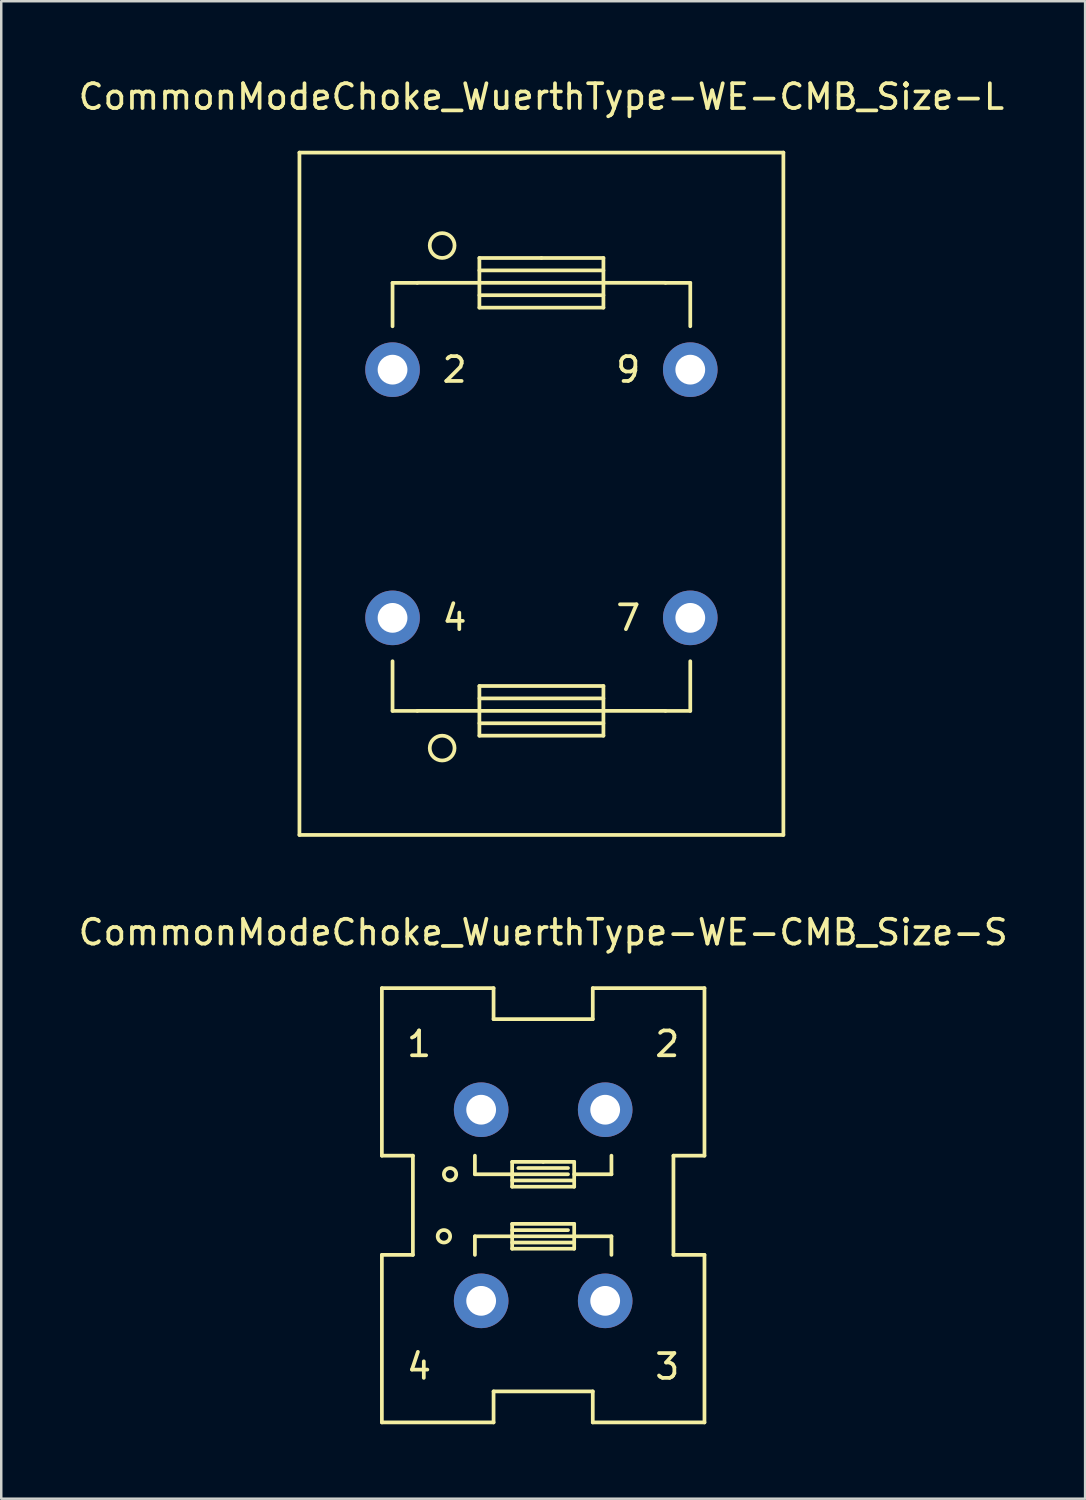
<source format=kicad_pcb>
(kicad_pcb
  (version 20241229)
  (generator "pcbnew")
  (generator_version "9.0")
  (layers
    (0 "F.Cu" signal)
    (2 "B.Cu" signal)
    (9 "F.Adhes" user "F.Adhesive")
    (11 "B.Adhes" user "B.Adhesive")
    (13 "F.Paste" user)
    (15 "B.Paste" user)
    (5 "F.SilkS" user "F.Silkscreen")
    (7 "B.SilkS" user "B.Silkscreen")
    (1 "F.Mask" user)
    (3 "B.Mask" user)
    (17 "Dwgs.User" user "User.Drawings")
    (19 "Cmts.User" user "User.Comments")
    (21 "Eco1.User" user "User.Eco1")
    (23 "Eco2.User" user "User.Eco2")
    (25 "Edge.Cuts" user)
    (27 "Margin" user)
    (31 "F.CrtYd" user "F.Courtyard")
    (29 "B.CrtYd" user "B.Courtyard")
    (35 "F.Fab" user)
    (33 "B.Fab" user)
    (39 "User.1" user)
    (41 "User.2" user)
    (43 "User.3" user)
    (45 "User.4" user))
  (footprint "CommonModeChoke_WuerthType-WE-CMB_Size-L"
    (layer "F.Cu")
    (at 18.768 16.848)
    (property "Reference" "CommonModeChoke_WuerthType-WE-CMB_Size-L" (at 0 -15.999 0) (layer "F.SilkS") (effects (font (size 1 1) (thickness 0.15))))
    (attr through_hole)
    (fp_line (start -9.751 -13.749) (end -9.751 13.749) (stroke (width 0.15) (type solid)) (layer "F.SilkS"))
    (fp_line (start -5.999 -8.499) (end -5.999 -6.749) (stroke (width 0.15) (type solid)) (layer "F.SilkS"))
    (fp_line (start -5.999 8.75) (end -5.999 6.749) (stroke (width 0.15) (type solid)) (layer "F.SilkS"))
    (fp_line (start -5.001 -8.499) (end -5.999 -8.499) (stroke (width 0.15) (type solid)) (layer "F.SilkS"))
    (fp_line (start -5.001 8.748) (end -2.499 8.748) (stroke (width 0.15) (type solid)) (layer "F.SilkS"))
    (fp_line (start -5.001 8.75) (end -5.999 8.75) (stroke (width 0.15) (type solid)) (layer "F.SilkS"))
    (fp_line (start -2.499 -9.502) (end 0 -9.502) (stroke (width 0.15) (type solid)) (layer "F.SilkS"))
    (fp_line (start -2.499 -8.501) (end -5.001 -8.501) (stroke (width 0.15) (type solid)) (layer "F.SilkS"))
    (fp_line (start -2.499 -8.501) (end 2.499 -8.501) (stroke (width 0.15) (type solid)) (layer "F.SilkS"))
    (fp_line (start -2.499 -8.001) (end 2.499 -8.001) (stroke (width 0.15) (type solid)) (layer "F.SilkS"))
    (fp_line (start -2.499 -7.501) (end -2.499 -9.502) (stroke (width 0.15) (type solid)) (layer "F.SilkS"))
    (fp_line (start -2.499 7.747) (end 2.499 7.747) (stroke (width 0.15) (type solid)) (layer "F.SilkS"))
    (fp_line (start -2.499 9.248) (end 2.499 9.248) (stroke (width 0.15) (type solid)) (layer "F.SilkS"))
    (fp_line (start -2.499 9.749) (end -2.499 7.747) (stroke (width 0.15) (type solid)) (layer "F.SilkS"))
    (fp_line (start 0 -9.502) (end 2.499 -9.502) (stroke (width 0.15) (type solid)) (layer "F.SilkS"))
    (fp_line (start 2.499 -9.502) (end 2.499 -7.501) (stroke (width 0.15) (type solid)) (layer "F.SilkS"))
    (fp_line (start 2.499 -9.002) (end -2.499 -9.002) (stroke (width 0.15) (type solid)) (layer "F.SilkS"))
    (fp_line (start 2.499 -8.501) (end 5.001 -8.501) (stroke (width 0.15) (type solid)) (layer "F.SilkS"))
    (fp_line (start 2.499 -7.501) (end -2.499 -7.501) (stroke (width 0.15) (type solid)) (layer "F.SilkS"))
    (fp_line (start 2.499 7.747) (end 2.499 9.749) (stroke (width 0.15) (type solid)) (layer "F.SilkS"))
    (fp_line (start 2.499 8.247) (end -2.499 8.247) (stroke (width 0.15) (type solid)) (layer "F.SilkS"))
    (fp_line (start 2.499 8.748) (end -2.499 8.748) (stroke (width 0.15) (type solid)) (layer "F.SilkS"))
    (fp_line (start 2.499 9.749) (end -2.499 9.749) (stroke (width 0.15) (type solid)) (layer "F.SilkS"))
    (fp_line (start 5.001 -8.499) (end 5.999 -8.499) (stroke (width 0.15) (type solid)) (layer "F.SilkS"))
    (fp_line (start 5.001 8.748) (end 2.499 8.748) (stroke (width 0.15) (type solid)) (layer "F.SilkS"))
    (fp_line (start 5.001 8.75) (end 5.999 8.75) (stroke (width 0.15) (type solid)) (layer "F.SilkS"))
    (fp_line (start 5.999 -8.499) (end 5.999 -6.749) (stroke (width 0.15) (type solid)) (layer "F.SilkS"))
    (fp_line (start 5.999 8.75) (end 5.999 6.749) (stroke (width 0.15) (type solid)) (layer "F.SilkS"))
    (fp_line (start 9.751 -13.749) (end -9.751 -13.749) (stroke (width 0.15) (type solid)) (layer "F.SilkS"))
    (fp_line (start 9.751 -13.749) (end 9.751 13.749) (stroke (width 0.15) (type solid)) (layer "F.SilkS"))
    (fp_line (start 9.751 13.749) (end -9.751 13.749) (stroke (width 0.15) (type solid)) (layer "F.SilkS"))
    (fp_circle (center -4 -10.003) (end -3.5 -10.003) (stroke (width 0.15) (type solid)) (fill no) (layer "F.SilkS"))
    (fp_circle (center -4 10.249) (end -3.5 10.249) (stroke (width 0.15) (type solid)) (fill no) (layer "F.SilkS"))
    (fp_text user "9" (at 3.5 -5.001 0) (layer "F.SilkS") (effects (font (size 1 1) (thickness 0.15))))
    (fp_text user "2" (at -3.5 -5.001 0) (layer "F.SilkS") (effects (font (size 1 1) (thickness 0.15))))
    (fp_text user "7" (at 3.5 5.001 0) (layer "F.SilkS") (effects (font (size 1 1) (thickness 0.15))))
    (fp_text user "4" (at -3.5 5.001 0) (layer "F.SilkS") (effects (font (size 1 1) (thickness 0.15))))
    (pad "2" thru_hole circle (at -5.999 -5.001) (size 2.2 2.2) (drill 1.199) (layers "*.Cu" "*.Mask"))
    (pad "4" thru_hole circle (at -5.999 5.001) (size 2.2 2.2) (drill 1.199) (layers "*.Cu" "*.Mask"))
    (pad "7" thru_hole circle (at 5.999 5.001) (size 2.2 2.2) (drill 1.199) (layers "*.Cu" "*.Mask"))
    (pad "9" thru_hole circle (at 5.999 -5.001) (size 2.2 2.2) (drill 1.199) (layers "*.Cu" "*.Mask")))
  (footprint "CommonModeChoke_WuerthType-WE-CMB_Size-S"
    (layer "F.Cu")
    (at 18.839 45.521)
    (property "Reference" "CommonModeChoke_WuerthType-WE-CMB_Size-S" (at 0 -11.001 0) (layer "F.SilkS") (effects (font (size 1 1) (thickness 0.15))))
    (attr through_hole)
    (fp_line (start -6.5 -8.75) (end -6.5 -1.999) (stroke (width 0.15) (type solid)) (layer "F.SilkS"))
    (fp_line (start -6.5 -1.999) (end -5.25 -1.999) (stroke (width 0.15) (type solid)) (layer "F.SilkS"))
    (fp_line (start -6.5 1.999) (end -6.5 8.75) (stroke (width 0.15) (type solid)) (layer "F.SilkS"))
    (fp_line (start -6.5 8.75) (end -1.999 8.75) (stroke (width 0.15) (type solid)) (layer "F.SilkS"))
    (fp_line (start -5.25 -1.999) (end -5.25 1.999) (stroke (width 0.15) (type solid)) (layer "F.SilkS"))
    (fp_line (start -5.25 1.999) (end -6.5 1.999) (stroke (width 0.15) (type solid)) (layer "F.SilkS"))
    (fp_line (start -2.751 -1.25) (end -2.751 -1.999) (stroke (width 0.15) (type solid)) (layer "F.SilkS"))
    (fp_line (start -2.751 1.25) (end -2.751 1.999) (stroke (width 0.15) (type solid)) (layer "F.SilkS"))
    (fp_line (start -1.999 -8.75) (end -6.5 -8.75) (stroke (width 0.15) (type solid)) (layer "F.SilkS"))
    (fp_line (start -1.999 -7.501) (end -1.999 -8.75) (stroke (width 0.15) (type solid)) (layer "F.SilkS"))
    (fp_line (start -1.999 7.501) (end 1.999 7.501) (stroke (width 0.15) (type solid)) (layer "F.SilkS"))
    (fp_line (start -1.999 8.75) (end -1.999 7.501) (stroke (width 0.15) (type solid)) (layer "F.SilkS"))
    (fp_line (start -1.25 -1.75) (end 0 -1.75) (stroke (width 0.15) (type solid)) (layer "F.SilkS"))
    (fp_line (start -1.25 -1.25) (end -2.751 -1.25) (stroke (width 0.15) (type solid)) (layer "F.SilkS"))
    (fp_line (start -1.25 -1.001) (end 1.25 -1.001) (stroke (width 0.15) (type solid)) (layer "F.SilkS"))
    (fp_line (start -1.25 -0.749) (end -1.25 -1.75) (stroke (width 0.15) (type solid)) (layer "F.SilkS"))
    (fp_line (start -1.25 0.749) (end 1.25 0.749) (stroke (width 0.15) (type solid)) (layer "F.SilkS"))
    (fp_line (start -1.25 1.001) (end 1.001 1.001) (stroke (width 0.15) (type solid)) (layer "F.SilkS"))
    (fp_line (start -1.25 1.25) (end -2.751 1.25) (stroke (width 0.15) (type solid)) (layer "F.SilkS"))
    (fp_line (start -1.25 1.75) (end -1.25 0.749) (stroke (width 0.15) (type solid)) (layer "F.SilkS"))
    (fp_line (start 0 -1.75) (end 1.25 -1.75) (stroke (width 0.15) (type solid)) (layer "F.SilkS"))
    (fp_line (start 1.001 -1.501) (end -1.001 -1.501) (stroke (width 0.15) (type solid)) (layer "F.SilkS"))
    (fp_line (start 1.001 -1.25) (end -1.25 -1.25) (stroke (width 0.15) (type solid)) (layer "F.SilkS"))
    (fp_line (start 1.25 -1.75) (end 1.25 -0.749) (stroke (width 0.15) (type solid)) (layer "F.SilkS"))
    (fp_line (start 1.25 -1.25) (end 2.751 -1.25) (stroke (width 0.15) (type solid)) (layer "F.SilkS"))
    (fp_line (start 1.25 -0.749) (end -1.25 -0.749) (stroke (width 0.15) (type solid)) (layer "F.SilkS"))
    (fp_line (start 1.25 0.749) (end 1.25 1.75) (stroke (width 0.15) (type solid)) (layer "F.SilkS"))
    (fp_line (start 1.25 1.25) (end -1.25 1.25) (stroke (width 0.15) (type solid)) (layer "F.SilkS"))
    (fp_line (start 1.25 1.25) (end 2.751 1.25) (stroke (width 0.15) (type solid)) (layer "F.SilkS"))
    (fp_line (start 1.25 1.501) (end -1.25 1.501) (stroke (width 0.15) (type solid)) (layer "F.SilkS"))
    (fp_line (start 1.25 1.75) (end -1.25 1.75) (stroke (width 0.15) (type solid)) (layer "F.SilkS"))
    (fp_line (start 1.999 -8.75) (end 1.999 -7.501) (stroke (width 0.15) (type solid)) (layer "F.SilkS"))
    (fp_line (start 1.999 -7.501) (end -1.999 -7.501) (stroke (width 0.15) (type solid)) (layer "F.SilkS"))
    (fp_line (start 1.999 7.501) (end 1.999 8.75) (stroke (width 0.15) (type solid)) (layer "F.SilkS"))
    (fp_line (start 1.999 8.75) (end 6.5 8.75) (stroke (width 0.15) (type solid)) (layer "F.SilkS"))
    (fp_line (start 2.751 -1.25) (end 2.751 -1.999) (stroke (width 0.15) (type solid)) (layer "F.SilkS"))
    (fp_line (start 2.751 1.25) (end 2.751 1.999) (stroke (width 0.15) (type solid)) (layer "F.SilkS"))
    (fp_line (start 5.25 -1.999) (end 6.5 -1.999) (stroke (width 0.15) (type solid)) (layer "F.SilkS"))
    (fp_line (start 5.25 1.999) (end 5.25 -1.999) (stroke (width 0.15) (type solid)) (layer "F.SilkS"))
    (fp_line (start 6.5 -8.75) (end 1.999 -8.75) (stroke (width 0.15) (type solid)) (layer "F.SilkS"))
    (fp_line (start 6.5 -1.999) (end 6.5 -8.75) (stroke (width 0.15) (type solid)) (layer "F.SilkS"))
    (fp_line (start 6.5 1.999) (end 5.25 1.999) (stroke (width 0.15) (type solid)) (layer "F.SilkS"))
    (fp_line (start 6.5 8.75) (end 6.5 1.999) (stroke (width 0.15) (type solid)) (layer "F.SilkS"))
    (fp_circle (center -4 1.25) (end -4 0.998) (stroke (width 0.15) (type solid)) (fill no) (layer "F.SilkS"))
    (fp_circle (center -3.752 -1.25) (end -3.503 -1.25) (stroke (width 0.15) (type solid)) (fill no) (layer "F.SilkS"))
    (fp_text user "1" (at -5.001 -6.5 0) (layer "F.SilkS") (effects (font (size 1 1) (thickness 0.15))))
    (fp_text user "3" (at 5.001 6.5 0) (layer "F.SilkS") (effects (font (size 1 1) (thickness 0.15))))
    (fp_text user "4" (at -5.001 6.5 0) (layer "F.SilkS") (effects (font (size 1 1) (thickness 0.15))))
    (fp_text user "2" (at 5.001 -6.5 0) (layer "F.SilkS") (effects (font (size 1 1) (thickness 0.15))))
    (pad "1" thru_hole circle (at -2.499 -3.851) (size 2.2 2.2) (drill 1.199) (layers "*.Cu" "*.Mask"))
    (pad "2" thru_hole circle (at 2.499 -3.851) (size 2.2 2.2) (drill 1.199) (layers "*.Cu" "*.Mask"))
    (pad "3" thru_hole circle (at 2.499 3.851) (size 2.2 2.2) (drill 1.199) (layers "*.Cu" "*.Mask"))
    (pad "4" thru_hole circle (at -2.499 3.851) (size 2.2 2.2) (drill 1.199) (layers "*.Cu" "*.Mask")))
  (gr_rect
    (start -3 -3)
    (end 40.679 57.346)
    (stroke (width 0.1) (type default))
    (fill no)
    (layer "Edge.Cuts")))
</source>
